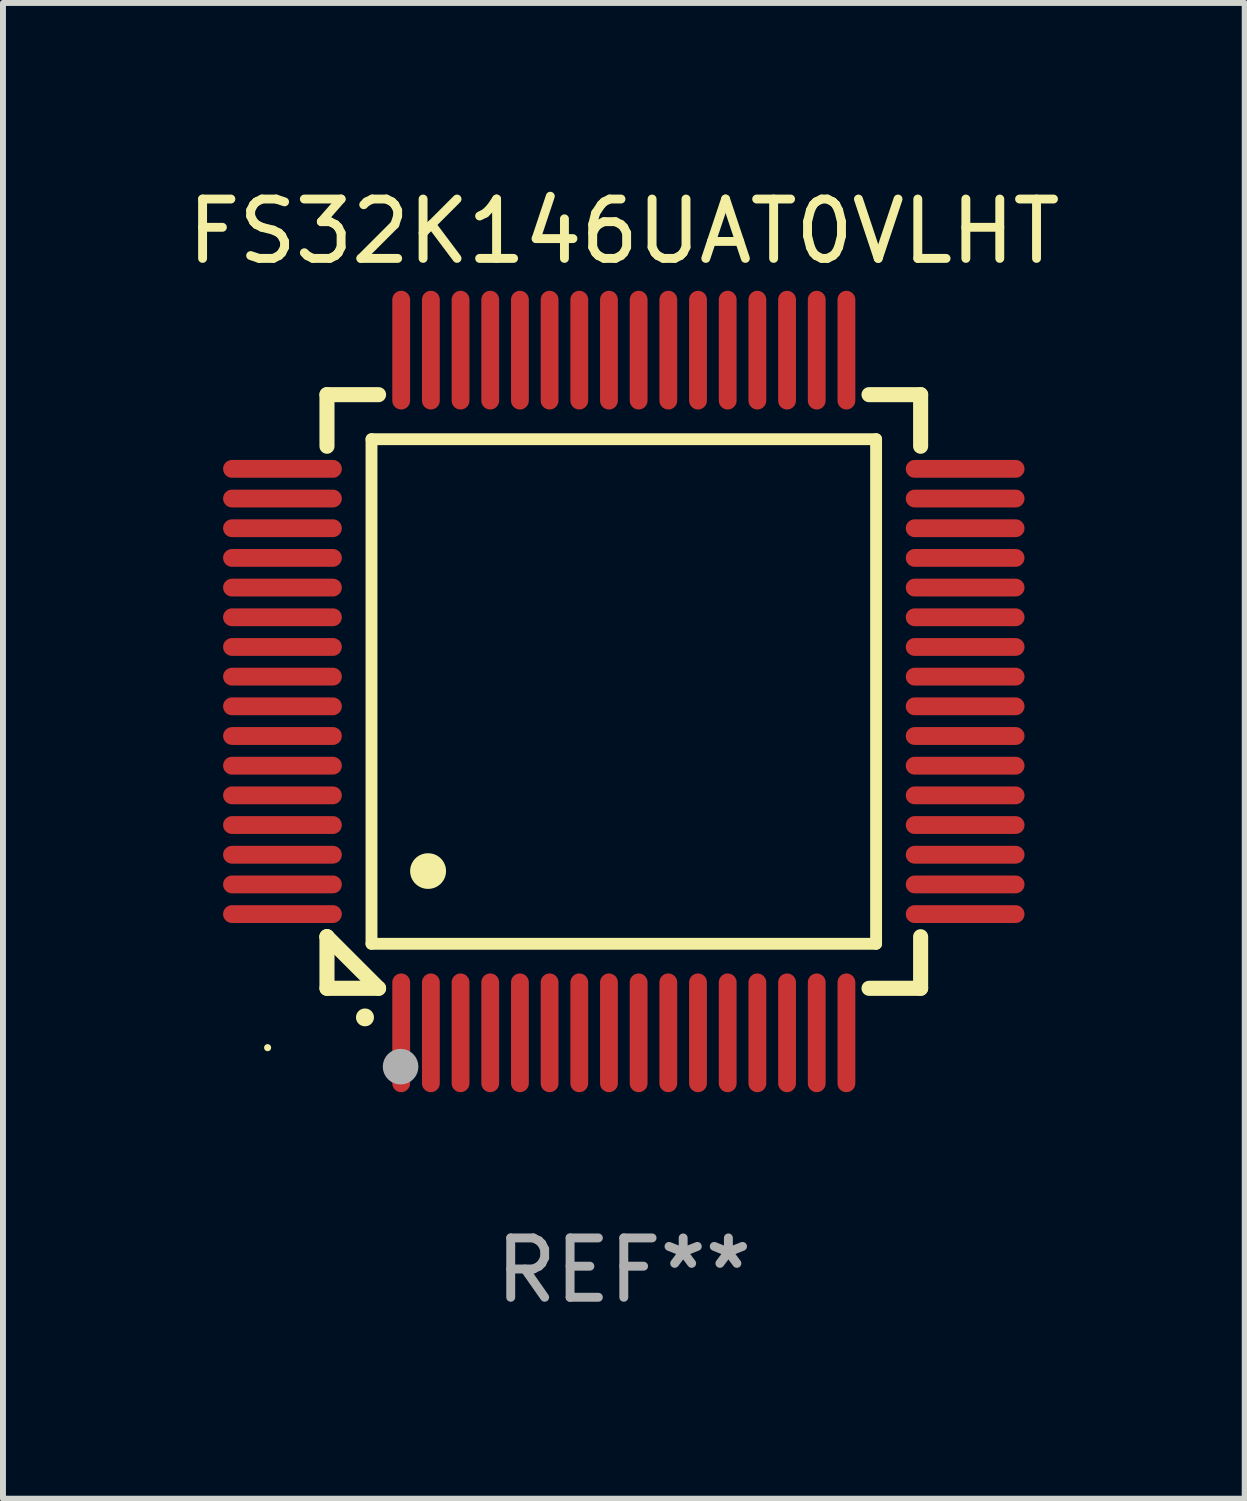
<source format=kicad_pcb>
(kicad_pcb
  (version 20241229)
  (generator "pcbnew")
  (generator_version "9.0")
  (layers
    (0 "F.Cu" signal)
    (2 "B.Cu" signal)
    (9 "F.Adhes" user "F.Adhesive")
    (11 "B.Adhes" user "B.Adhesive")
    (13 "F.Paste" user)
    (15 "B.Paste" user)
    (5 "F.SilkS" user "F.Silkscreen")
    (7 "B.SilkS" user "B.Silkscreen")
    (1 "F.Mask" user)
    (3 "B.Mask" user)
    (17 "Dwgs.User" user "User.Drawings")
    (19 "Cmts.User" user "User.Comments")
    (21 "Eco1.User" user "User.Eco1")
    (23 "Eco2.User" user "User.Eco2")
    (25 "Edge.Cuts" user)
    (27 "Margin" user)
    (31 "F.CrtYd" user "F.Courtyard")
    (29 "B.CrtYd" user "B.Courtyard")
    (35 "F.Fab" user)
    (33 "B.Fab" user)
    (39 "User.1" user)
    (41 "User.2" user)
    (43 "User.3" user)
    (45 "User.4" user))
  (footprint "FS32K146UAT0VLHT"
    (layer "F.Cu")
    (at 7.458 8.598)
    (property "Reference" "FS32K146UAT0VLHT" (at 0 -7.75 0) (layer "F.SilkS") (effects (font (size 1 1) (thickness 0.15))))
    (attr through_hole)
    (fp_line (start -5 -5) (end -4.131 -5) (stroke (width 0.254) (type solid)) (layer "F.SilkS"))
    (fp_line (start -5 -4.131) (end -5 -5) (stroke (width 0.254) (type solid)) (layer "F.SilkS"))
    (fp_line (start -5 4.131) (end -5 4.131) (stroke (width 0.254) (type solid)) (layer "F.SilkS"))
    (fp_line (start -5 5) (end -5 4.131) (stroke (width 0.254) (type solid)) (layer "F.SilkS"))
    (fp_line (start -5 4.131) (end -4.131 5) (stroke (width 0.254) (type solid)) (layer "F.SilkS"))
    (fp_line (start -4.25 -4.25) (end -4.25 4.25) (stroke (width 0.2) (type solid)) (layer "F.SilkS"))
    (fp_line (start -4.25 4.25) (end 4.25 4.25) (stroke (width 0.2) (type solid)) (layer "F.SilkS"))
    (fp_line (start -4.131 5) (end -5 5) (stroke (width 0.254) (type solid)) (layer "F.SilkS"))
    (fp_line (start 4.25 -4.25) (end -4.25 -4.25) (stroke (width 0.2) (type solid)) (layer "F.SilkS"))
    (fp_line (start 4.25 4.25) (end 4.25 -4.25) (stroke (width 0.2) (type solid)) (layer "F.SilkS"))
    (fp_line (start 5 -5) (end 4.131 -5) (stroke (width 0.254) (type solid)) (layer "F.SilkS"))
    (fp_line (start 5 -5) (end 5 -4.131) (stroke (width 0.254) (type solid)) (layer "F.SilkS"))
    (fp_line (start 5 4.131) (end 5 5) (stroke (width 0.254) (type solid)) (layer "F.SilkS"))
    (fp_line (start 5 5) (end 4.131 5) (stroke (width 0.254) (type solid)) (layer "F.SilkS"))
    (fp_arc (start -4.361265 5.489992) (mid -4.359995 5.489987) (end -4.358725 5.489992) (stroke (width 0.3) (type solid)) (layer "F.SilkS"))
    (fp_arc (start -3.299467 3.025146) (mid -3.296927 3.025135) (end -3.294387 3.025146) (stroke (width 0.6) (type solid)) (layer "F.SilkS"))
    (fp_circle (center -6 6) (end -5.97 6) (stroke (width 0.06) (type solid)) (fill no) (layer "F.SilkS"))
    (fp_circle (center -3.76 6.32) (end -3.61 6.32) (stroke (width 0.3) (type solid)) (fill no) (layer "F.Fab"))
    (fp_text user "REF**" (at 0 9.75 0) (layer "F.Fab") (effects (font (size 1 1) (thickness 0.15))))
    (pad "1" smd oval (at -3.75 5.75) (size 0.3 2) (layers "F.Cu" "F.Mask" "F.Paste"))
    (pad "2" smd oval (at -3.25 5.75) (size 0.3 2) (layers "F.Cu" "F.Mask" "F.Paste"))
    (pad "3" smd oval (at -2.75 5.75) (size 0.3 2) (layers "F.Cu" "F.Mask" "F.Paste"))
    (pad "4" smd oval (at -2.25 5.75) (size 0.3 2) (layers "F.Cu" "F.Mask" "F.Paste"))
    (pad "5" smd oval (at -1.75 5.75) (size 0.3 2) (layers "F.Cu" "F.Mask" "F.Paste"))
    (pad "6" smd oval (at -1.25 5.75) (size 0.3 2) (layers "F.Cu" "F.Mask" "F.Paste"))
    (pad "7" smd oval (at -0.75 5.75) (size 0.3 2) (layers "F.Cu" "F.Mask" "F.Paste"))
    (pad "8" smd oval (at -0.25 5.75) (size 0.3 2) (layers "F.Cu" "F.Mask" "F.Paste"))
    (pad "9" smd oval (at 0.25 5.75) (size 0.3 2) (layers "F.Cu" "F.Mask" "F.Paste"))
    (pad "10" smd oval (at 0.75 5.75) (size 0.3 2) (layers "F.Cu" "F.Mask" "F.Paste"))
    (pad "11" smd oval (at 1.25 5.75) (size 0.3 2) (layers "F.Cu" "F.Mask" "F.Paste"))
    (pad "12" smd oval (at 1.75 5.75) (size 0.3 2) (layers "F.Cu" "F.Mask" "F.Paste"))
    (pad "13" smd oval (at 2.25 5.75) (size 0.3 2) (layers "F.Cu" "F.Mask" "F.Paste"))
    (pad "14" smd oval (at 2.75 5.75) (size 0.3 2) (layers "F.Cu" "F.Mask" "F.Paste"))
    (pad "15" smd oval (at 3.25 5.75) (size 0.3 2) (layers "F.Cu" "F.Mask" "F.Paste"))
    (pad "16" smd oval (at 3.75 5.75) (size 0.3 2) (layers "F.Cu" "F.Mask" "F.Paste"))
    (pad "17" smd oval (at 5.75 3.75) (size 2 0.3) (layers "F.Cu" "F.Mask" "F.Paste"))
    (pad "18" smd oval (at 5.75 3.25) (size 2 0.3) (layers "F.Cu" "F.Mask" "F.Paste"))
    (pad "19" smd oval (at 5.75 2.75) (size 2 0.3) (layers "F.Cu" "F.Mask" "F.Paste"))
    (pad "20" smd oval (at 5.75 2.25) (size 2 0.3) (layers "F.Cu" "F.Mask" "F.Paste"))
    (pad "21" smd oval (at 5.75 1.75) (size 2 0.3) (layers "F.Cu" "F.Mask" "F.Paste"))
    (pad "22" smd oval (at 5.75 1.25) (size 2 0.3) (layers "F.Cu" "F.Mask" "F.Paste"))
    (pad "23" smd oval (at 5.75 0.75) (size 2 0.3) (layers "F.Cu" "F.Mask" "F.Paste"))
    (pad "24" smd oval (at 5.75 0.25) (size 2 0.3) (layers "F.Cu" "F.Mask" "F.Paste"))
    (pad "25" smd oval (at 5.75 -0.25) (size 2 0.3) (layers "F.Cu" "F.Mask" "F.Paste"))
    (pad "26" smd oval (at 5.75 -0.75) (size 2 0.3) (layers "F.Cu" "F.Mask" "F.Paste"))
    (pad "27" smd oval (at 5.75 -1.25) (size 2 0.3) (layers "F.Cu" "F.Mask" "F.Paste"))
    (pad "28" smd oval (at 5.75 -1.75) (size 2 0.3) (layers "F.Cu" "F.Mask" "F.Paste"))
    (pad "29" smd oval (at 5.75 -2.25) (size 2 0.3) (layers "F.Cu" "F.Mask" "F.Paste"))
    (pad "30" smd oval (at 5.75 -2.75) (size 2 0.3) (layers "F.Cu" "F.Mask" "F.Paste"))
    (pad "31" smd oval (at 5.75 -3.25) (size 2 0.3) (layers "F.Cu" "F.Mask" "F.Paste"))
    (pad "32" smd oval (at 5.75 -3.75) (size 2 0.3) (layers "F.Cu" "F.Mask" "F.Paste"))
    (pad "33" smd oval (at 3.75 -5.75) (size 0.3 2) (layers "F.Cu" "F.Mask" "F.Paste"))
    (pad "34" smd oval (at 3.25 -5.75) (size 0.3 2) (layers "F.Cu" "F.Mask" "F.Paste"))
    (pad "35" smd oval (at 2.75 -5.75) (size 0.3 2) (layers "F.Cu" "F.Mask" "F.Paste"))
    (pad "36" smd oval (at 2.25 -5.75) (size 0.3 2) (layers "F.Cu" "F.Mask" "F.Paste"))
    (pad "37" smd oval (at 1.75 -5.75) (size 0.3 2) (layers "F.Cu" "F.Mask" "F.Paste"))
    (pad "38" smd oval (at 1.25 -5.75) (size 0.3 2) (layers "F.Cu" "F.Mask" "F.Paste"))
    (pad "39" smd oval (at 0.75 -5.75) (size 0.3 2) (layers "F.Cu" "F.Mask" "F.Paste"))
    (pad "40" smd oval (at 0.25 -5.75) (size 0.3 2) (layers "F.Cu" "F.Mask" "F.Paste"))
    (pad "41" smd oval (at -0.25 -5.75) (size 0.3 2) (layers "F.Cu" "F.Mask" "F.Paste"))
    (pad "42" smd oval (at -0.75 -5.75) (size 0.3 2) (layers "F.Cu" "F.Mask" "F.Paste"))
    (pad "43" smd oval (at -1.25 -5.75) (size 0.3 2) (layers "F.Cu" "F.Mask" "F.Paste"))
    (pad "44" smd oval (at -1.75 -5.75) (size 0.3 2) (layers "F.Cu" "F.Mask" "F.Paste"))
    (pad "45" smd oval (at -2.25 -5.75) (size 0.3 2) (layers "F.Cu" "F.Mask" "F.Paste"))
    (pad "46" smd oval (at -2.75 -5.75) (size 0.3 2) (layers "F.Cu" "F.Mask" "F.Paste"))
    (pad "47" smd oval (at -3.25 -5.75) (size 0.3 2) (layers "F.Cu" "F.Mask" "F.Paste"))
    (pad "48" smd oval (at -3.75 -5.75) (size 0.3 2) (layers "F.Cu" "F.Mask" "F.Paste"))
    (pad "49" smd oval (at -5.75 -3.75) (size 2 0.3) (layers "F.Cu" "F.Mask" "F.Paste"))
    (pad "50" smd oval (at -5.75 -3.25) (size 2 0.3) (layers "F.Cu" "F.Mask" "F.Paste"))
    (pad "51" smd oval (at -5.75 -2.75) (size 2 0.3) (layers "F.Cu" "F.Mask" "F.Paste"))
    (pad "52" smd oval (at -5.75 -2.25) (size 2 0.3) (layers "F.Cu" "F.Mask" "F.Paste"))
    (pad "53" smd oval (at -5.75 -1.75) (size 2 0.3) (layers "F.Cu" "F.Mask" "F.Paste"))
    (pad "54" smd oval (at -5.75 -1.25) (size 2 0.3) (layers "F.Cu" "F.Mask" "F.Paste"))
    (pad "55" smd oval (at -5.75 -0.75) (size 2 0.3) (layers "F.Cu" "F.Mask" "F.Paste"))
    (pad "56" smd oval (at -5.75 -0.25) (size 2 0.3) (layers "F.Cu" "F.Mask" "F.Paste"))
    (pad "57" smd oval (at -5.75 0.25) (size 2 0.3) (layers "F.Cu" "F.Mask" "F.Paste"))
    (pad "58" smd oval (at -5.75 0.75) (size 2 0.3) (layers "F.Cu" "F.Mask" "F.Paste"))
    (pad "59" smd oval (at -5.75 1.25) (size 2 0.3) (layers "F.Cu" "F.Mask" "F.Paste"))
    (pad "60" smd oval (at -5.75 1.75) (size 2 0.3) (layers "F.Cu" "F.Mask" "F.Paste"))
    (pad "61" smd oval (at -5.75 2.25) (size 2 0.3) (layers "F.Cu" "F.Mask" "F.Paste"))
    (pad "62" smd oval (at -5.75 2.75) (size 2 0.3) (layers "F.Cu" "F.Mask" "F.Paste"))
    (pad "63" smd oval (at -5.75 3.25) (size 2 0.3) (layers "F.Cu" "F.Mask" "F.Paste"))
    (pad "64" smd oval (at -5.75 3.75) (size 2 0.3) (layers "F.Cu" "F.Mask" "F.Paste")))
  (gr_rect
    (start -3 -3)
    (end 17.917 22.196)
    (stroke (width 0.1) (type default))
    (fill no)
    (layer "Edge.Cuts")))
</source>
